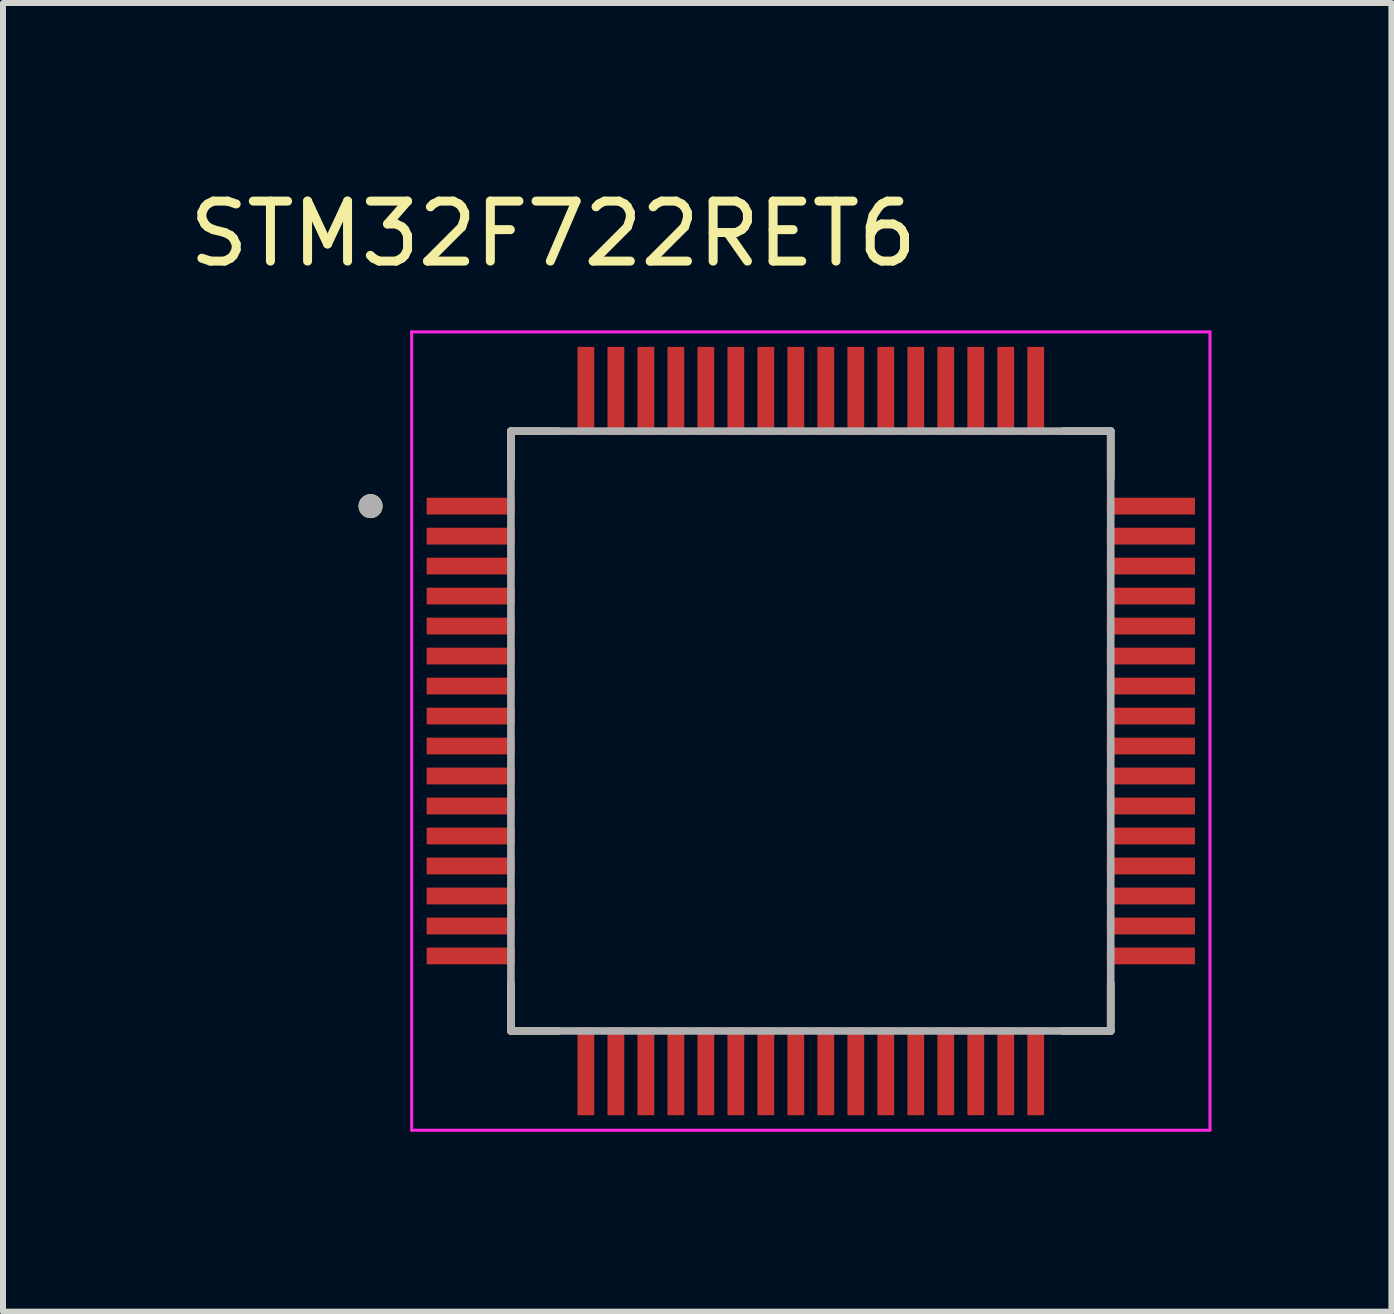
<source format=kicad_pcb>
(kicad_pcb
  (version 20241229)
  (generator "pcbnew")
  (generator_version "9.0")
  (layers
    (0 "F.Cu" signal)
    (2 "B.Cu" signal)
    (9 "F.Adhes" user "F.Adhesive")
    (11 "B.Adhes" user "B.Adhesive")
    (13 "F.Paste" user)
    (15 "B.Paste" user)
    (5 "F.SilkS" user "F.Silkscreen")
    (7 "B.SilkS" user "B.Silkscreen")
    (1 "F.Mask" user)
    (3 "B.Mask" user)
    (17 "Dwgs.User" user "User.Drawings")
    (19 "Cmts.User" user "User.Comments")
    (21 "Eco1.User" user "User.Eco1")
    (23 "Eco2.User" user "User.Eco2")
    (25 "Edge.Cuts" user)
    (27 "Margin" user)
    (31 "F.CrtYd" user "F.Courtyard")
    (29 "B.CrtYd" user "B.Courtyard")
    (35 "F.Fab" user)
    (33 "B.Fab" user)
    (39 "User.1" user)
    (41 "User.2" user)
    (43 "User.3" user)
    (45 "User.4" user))
  (footprint "STM32F722RET6"
    (layer "F.Cu")
    (at 10.468 9.138)
    (property "Reference" "STM32F722RET6" (at -4.295 -8.29 0) (layer "F.SilkS") (effects (font (size 1 1) (thickness 0.15))))
    (attr smd)
    (fp_line (start -5 -5) (end -5 -4.21) (stroke (width 0.127) (type solid)) (layer "F.SilkS"))
    (fp_line (start -5 -5) (end -4.21 -5) (stroke (width 0.127) (type solid)) (layer "F.SilkS"))
    (fp_line (start -5 5) (end -5 4.21) (stroke (width 0.127) (type solid)) (layer "F.SilkS"))
    (fp_line (start -5 5) (end -4.21 5) (stroke (width 0.127) (type solid)) (layer "F.SilkS"))
    (fp_line (start 5 -5) (end 4.21 -5) (stroke (width 0.127) (type solid)) (layer "F.SilkS"))
    (fp_line (start 5 -5) (end 5 -4.21) (stroke (width 0.127) (type solid)) (layer "F.SilkS"))
    (fp_line (start 5 5) (end 4.21 5) (stroke (width 0.127) (type solid)) (layer "F.SilkS"))
    (fp_line (start 5 5) (end 5 4.21) (stroke (width 0.127) (type solid)) (layer "F.SilkS"))
    (fp_circle (center -7.34 -3.75) (end -7.24 -3.75) (stroke (width 0.2) (type solid)) (fill no) (layer "F.SilkS"))
    (fp_line (start -6.655 -6.655) (end 6.655 -6.655) (stroke (width 0.05) (type solid)) (layer "F.CrtYd"))
    (fp_line (start -6.655 6.655) (end -6.655 -6.655) (stroke (width 0.05) (type solid)) (layer "F.CrtYd"))
    (fp_line (start -6.655 6.655) (end 6.655 6.655) (stroke (width 0.05) (type solid)) (layer "F.CrtYd"))
    (fp_line (start 6.655 6.655) (end 6.655 -6.655) (stroke (width 0.05) (type solid)) (layer "F.CrtYd"))
    (fp_line (start -5 5) (end -5 -5) (stroke (width 0.127) (type solid)) (layer "F.Fab"))
    (fp_line (start 5 -5) (end -5 -5) (stroke (width 0.127) (type solid)) (layer "F.Fab"))
    (fp_line (start 5 5) (end -5 5) (stroke (width 0.127) (type solid)) (layer "F.Fab"))
    (fp_line (start 5 5) (end 5 -5) (stroke (width 0.127) (type solid)) (layer "F.Fab"))
    (fp_circle (center -7.34 -3.75) (end -7.24 -3.75) (stroke (width 0.2) (type solid)) (fill no) (layer "F.Fab"))
    (pad "1" smd roundrect (at -5.67 -3.75) (size 1.47 0.28) (layers "F.Cu" "F.Mask" "F.Paste") (roundrect_rratio 0.04))
    (pad "2" smd roundrect (at -5.67 -3.25) (size 1.47 0.28) (layers "F.Cu" "F.Mask" "F.Paste") (roundrect_rratio 0.04))
    (pad "3" smd roundrect (at -5.67 -2.75) (size 1.47 0.28) (layers "F.Cu" "F.Mask" "F.Paste") (roundrect_rratio 0.04))
    (pad "4" smd roundrect (at -5.67 -2.25) (size 1.47 0.28) (layers "F.Cu" "F.Mask" "F.Paste") (roundrect_rratio 0.04))
    (pad "5" smd roundrect (at -5.67 -1.75) (size 1.47 0.28) (layers "F.Cu" "F.Mask" "F.Paste") (roundrect_rratio 0.04))
    (pad "6" smd roundrect (at -5.67 -1.25) (size 1.47 0.28) (layers "F.Cu" "F.Mask" "F.Paste") (roundrect_rratio 0.04))
    (pad "7" smd roundrect (at -5.67 -0.75) (size 1.47 0.28) (layers "F.Cu" "F.Mask" "F.Paste") (roundrect_rratio 0.04))
    (pad "8" smd roundrect (at -5.67 -0.25) (size 1.47 0.28) (layers "F.Cu" "F.Mask" "F.Paste") (roundrect_rratio 0.04))
    (pad "9" smd roundrect (at -5.67 0.25) (size 1.47 0.28) (layers "F.Cu" "F.Mask" "F.Paste") (roundrect_rratio 0.04))
    (pad "10" smd roundrect (at -5.67 0.75) (size 1.47 0.28) (layers "F.Cu" "F.Mask" "F.Paste") (roundrect_rratio 0.04))
    (pad "11" smd roundrect (at -5.67 1.25) (size 1.47 0.28) (layers "F.Cu" "F.Mask" "F.Paste") (roundrect_rratio 0.04))
    (pad "12" smd roundrect (at -5.67 1.75) (size 1.47 0.28) (layers "F.Cu" "F.Mask" "F.Paste") (roundrect_rratio 0.04))
    (pad "13" smd roundrect (at -5.67 2.25) (size 1.47 0.28) (layers "F.Cu" "F.Mask" "F.Paste") (roundrect_rratio 0.04))
    (pad "14" smd roundrect (at -5.67 2.75) (size 1.47 0.28) (layers "F.Cu" "F.Mask" "F.Paste") (roundrect_rratio 0.04))
    (pad "15" smd roundrect (at -5.67 3.25) (size 1.47 0.28) (layers "F.Cu" "F.Mask" "F.Paste") (roundrect_rratio 0.04))
    (pad "16" smd roundrect (at -5.67 3.75) (size 1.47 0.28) (layers "F.Cu" "F.Mask" "F.Paste") (roundrect_rratio 0.04))
    (pad "17" smd roundrect (at -3.75 5.67 90) (size 1.47 0.28) (layers "F.Cu" "F.Mask" "F.Paste") (roundrect_rratio 0.04))
    (pad "18" smd roundrect (at -3.25 5.67 90) (size 1.47 0.28) (layers "F.Cu" "F.Mask" "F.Paste") (roundrect_rratio 0.04))
    (pad "19" smd roundrect (at -2.75 5.67 90) (size 1.47 0.28) (layers "F.Cu" "F.Mask" "F.Paste") (roundrect_rratio 0.04))
    (pad "20" smd roundrect (at -2.25 5.67 90) (size 1.47 0.28) (layers "F.Cu" "F.Mask" "F.Paste") (roundrect_rratio 0.04))
    (pad "21" smd roundrect (at -1.75 5.67 90) (size 1.47 0.28) (layers "F.Cu" "F.Mask" "F.Paste") (roundrect_rratio 0.04))
    (pad "22" smd roundrect (at -1.25 5.67 90) (size 1.47 0.28) (layers "F.Cu" "F.Mask" "F.Paste") (roundrect_rratio 0.04))
    (pad "23" smd roundrect (at -0.75 5.67 90) (size 1.47 0.28) (layers "F.Cu" "F.Mask" "F.Paste") (roundrect_rratio 0.04))
    (pad "24" smd roundrect (at -0.25 5.67 90) (size 1.47 0.28) (layers "F.Cu" "F.Mask" "F.Paste") (roundrect_rratio 0.04))
    (pad "25" smd roundrect (at 0.25 5.67 90) (size 1.47 0.28) (layers "F.Cu" "F.Mask" "F.Paste") (roundrect_rratio 0.04))
    (pad "26" smd roundrect (at 0.75 5.67 90) (size 1.47 0.28) (layers "F.Cu" "F.Mask" "F.Paste") (roundrect_rratio 0.04))
    (pad "27" smd roundrect (at 1.25 5.67 90) (size 1.47 0.28) (layers "F.Cu" "F.Mask" "F.Paste") (roundrect_rratio 0.04))
    (pad "28" smd roundrect (at 1.75 5.67 90) (size 1.47 0.28) (layers "F.Cu" "F.Mask" "F.Paste") (roundrect_rratio 0.04))
    (pad "29" smd roundrect (at 2.25 5.67 90) (size 1.47 0.28) (layers "F.Cu" "F.Mask" "F.Paste") (roundrect_rratio 0.04))
    (pad "30" smd roundrect (at 2.75 5.67 90) (size 1.47 0.28) (layers "F.Cu" "F.Mask" "F.Paste") (roundrect_rratio 0.04))
    (pad "31" smd roundrect (at 3.25 5.67 90) (size 1.47 0.28) (layers "F.Cu" "F.Mask" "F.Paste") (roundrect_rratio 0.04))
    (pad "32" smd roundrect (at 3.75 5.67 90) (size 1.47 0.28) (layers "F.Cu" "F.Mask" "F.Paste") (roundrect_rratio 0.04))
    (pad "33" smd roundrect (at 5.67 3.75) (size 1.47 0.28) (layers "F.Cu" "F.Mask" "F.Paste") (roundrect_rratio 0.04))
    (pad "34" smd roundrect (at 5.67 3.25) (size 1.47 0.28) (layers "F.Cu" "F.Mask" "F.Paste") (roundrect_rratio 0.04))
    (pad "35" smd roundrect (at 5.67 2.75) (size 1.47 0.28) (layers "F.Cu" "F.Mask" "F.Paste") (roundrect_rratio 0.04))
    (pad "36" smd roundrect (at 5.67 2.25) (size 1.47 0.28) (layers "F.Cu" "F.Mask" "F.Paste") (roundrect_rratio 0.04))
    (pad "37" smd roundrect (at 5.67 1.75) (size 1.47 0.28) (layers "F.Cu" "F.Mask" "F.Paste") (roundrect_rratio 0.04))
    (pad "38" smd roundrect (at 5.67 1.25) (size 1.47 0.28) (layers "F.Cu" "F.Mask" "F.Paste") (roundrect_rratio 0.04))
    (pad "39" smd roundrect (at 5.67 0.75) (size 1.47 0.28) (layers "F.Cu" "F.Mask" "F.Paste") (roundrect_rratio 0.04))
    (pad "40" smd roundrect (at 5.67 0.25) (size 1.47 0.28) (layers "F.Cu" "F.Mask" "F.Paste") (roundrect_rratio 0.04))
    (pad "41" smd roundrect (at 5.67 -0.25) (size 1.47 0.28) (layers "F.Cu" "F.Mask" "F.Paste") (roundrect_rratio 0.04))
    (pad "42" smd roundrect (at 5.67 -0.75) (size 1.47 0.28) (layers "F.Cu" "F.Mask" "F.Paste") (roundrect_rratio 0.04))
    (pad "43" smd roundrect (at 5.67 -1.25) (size 1.47 0.28) (layers "F.Cu" "F.Mask" "F.Paste") (roundrect_rratio 0.04))
    (pad "44" smd roundrect (at 5.67 -1.75) (size 1.47 0.28) (layers "F.Cu" "F.Mask" "F.Paste") (roundrect_rratio 0.04))
    (pad "45" smd roundrect (at 5.67 -2.25) (size 1.47 0.28) (layers "F.Cu" "F.Mask" "F.Paste") (roundrect_rratio 0.04))
    (pad "46" smd roundrect (at 5.67 -2.75) (size 1.47 0.28) (layers "F.Cu" "F.Mask" "F.Paste") (roundrect_rratio 0.04))
    (pad "47" smd roundrect (at 5.67 -3.25) (size 1.47 0.28) (layers "F.Cu" "F.Mask" "F.Paste") (roundrect_rratio 0.04))
    (pad "48" smd roundrect (at 5.67 -3.75) (size 1.47 0.28) (layers "F.Cu" "F.Mask" "F.Paste") (roundrect_rratio 0.04))
    (pad "49" smd roundrect (at 3.75 -5.67 90) (size 1.47 0.28) (layers "F.Cu" "F.Mask" "F.Paste") (roundrect_rratio 0.04))
    (pad "50" smd roundrect (at 3.25 -5.67 90) (size 1.47 0.28) (layers "F.Cu" "F.Mask" "F.Paste") (roundrect_rratio 0.04))
    (pad "51" smd roundrect (at 2.75 -5.67 90) (size 1.47 0.28) (layers "F.Cu" "F.Mask" "F.Paste") (roundrect_rratio 0.04))
    (pad "52" smd roundrect (at 2.25 -5.67 90) (size 1.47 0.28) (layers "F.Cu" "F.Mask" "F.Paste") (roundrect_rratio 0.04))
    (pad "53" smd roundrect (at 1.75 -5.67 90) (size 1.47 0.28) (layers "F.Cu" "F.Mask" "F.Paste") (roundrect_rratio 0.04))
    (pad "54" smd roundrect (at 1.25 -5.67 90) (size 1.47 0.28) (layers "F.Cu" "F.Mask" "F.Paste") (roundrect_rratio 0.04))
    (pad "55" smd roundrect (at 0.75 -5.67 90) (size 1.47 0.28) (layers "F.Cu" "F.Mask" "F.Paste") (roundrect_rratio 0.04))
    (pad "56" smd roundrect (at 0.25 -5.67 90) (size 1.47 0.28) (layers "F.Cu" "F.Mask" "F.Paste") (roundrect_rratio 0.04))
    (pad "57" smd roundrect (at -0.25 -5.67 90) (size 1.47 0.28) (layers "F.Cu" "F.Mask" "F.Paste") (roundrect_rratio 0.04))
    (pad "58" smd roundrect (at -0.75 -5.67 90) (size 1.47 0.28) (layers "F.Cu" "F.Mask" "F.Paste") (roundrect_rratio 0.04))
    (pad "59" smd roundrect (at -1.25 -5.67 90) (size 1.47 0.28) (layers "F.Cu" "F.Mask" "F.Paste") (roundrect_rratio 0.04))
    (pad "60" smd roundrect (at -1.75 -5.67 90) (size 1.47 0.28) (layers "F.Cu" "F.Mask" "F.Paste") (roundrect_rratio 0.04))
    (pad "61" smd roundrect (at -2.25 -5.67 90) (size 1.47 0.28) (layers "F.Cu" "F.Mask" "F.Paste") (roundrect_rratio 0.04))
    (pad "62" smd roundrect (at -2.75 -5.67 90) (size 1.47 0.28) (layers "F.Cu" "F.Mask" "F.Paste") (roundrect_rratio 0.04))
    (pad "63" smd roundrect (at -3.25 -5.67 90) (size 1.47 0.28) (layers "F.Cu" "F.Mask" "F.Paste") (roundrect_rratio 0.04))
    (pad "64" smd roundrect (at -3.75 -5.67 90) (size 1.47 0.28) (layers "F.Cu" "F.Mask" "F.Paste") (roundrect_rratio 0.04)))
  (gr_rect
    (start -3 -3)
    (end 20.148 18.818)
    (stroke (width 0.1) (type default))
    (fill no)
    (layer "Edge.Cuts")))
</source>
